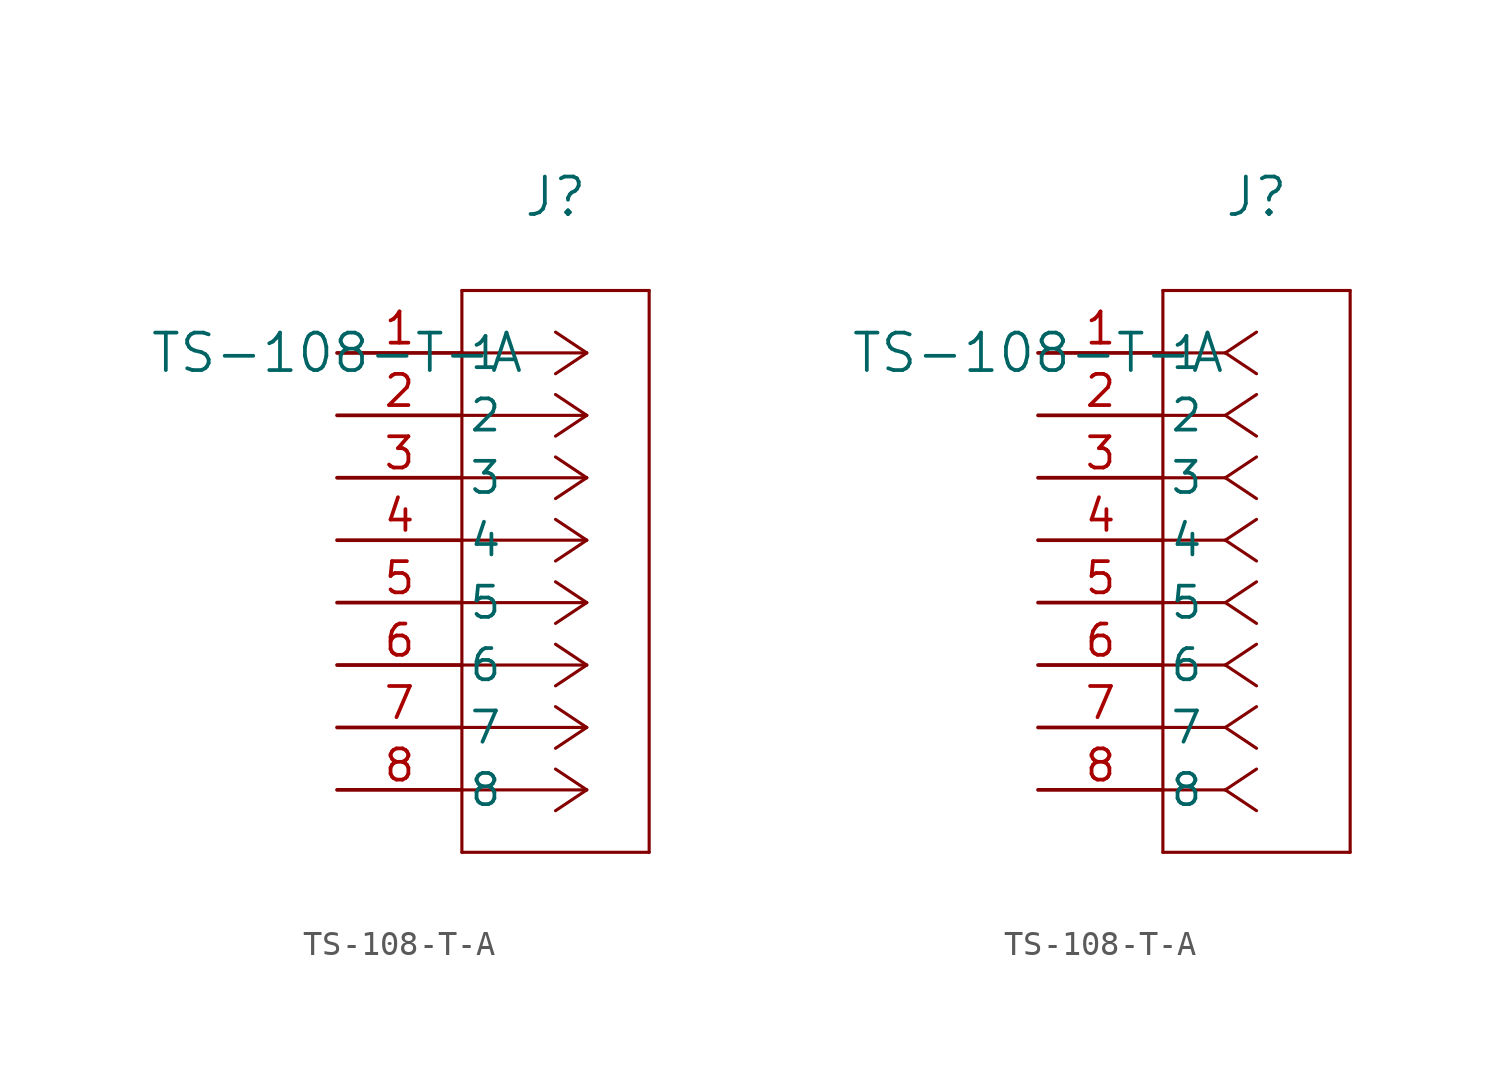
<source format=kicad_sym>
(kicad_symbol_lib
  (version 20211014)
  (generator kicad_symbol_editor)
  (symbol "TS-108-T-A"
    (pin_names
      (offset 0.254))
    (property "Reference" "J"
      (at 8.89 6.35 0)
      (effects (font (size 1.524 1.524))))
    (property "Value" "TS-108-T-A"
      (at 0 0 0)
      (effects (font (size 1.524 1.524))))
    (symbol "TS-108-T-A_1_1"
      (polyline (pts (xy 10.16 0) (xy 5.08 0)) (stroke (width 0.127) (type default) (color 0 0 0 0)) (fill (type none)))
      (polyline (pts (xy 10.16 -2.54) (xy 5.08 -2.54)) (stroke (width 0.127) (type default) (color 0 0 0 0)) (fill (type none)))
      (polyline (pts (xy 10.16 -5.08) (xy 5.08 -5.08)) (stroke (width 0.127) (type default) (color 0 0 0 0)) (fill (type none)))
      (polyline (pts (xy 10.16 -7.62) (xy 5.08 -7.62)) (stroke (width 0.127) (type default) (color 0 0 0 0)) (fill (type none)))
      (polyline (pts (xy 10.16 -10.16) (xy 5.08 -10.16)) (stroke (width 0.127) (type default) (color 0 0 0 0)) (fill (type none)))
      (polyline (pts (xy 10.16 -12.7) (xy 5.08 -12.7)) (stroke (width 0.127) (type default) (color 0 0 0 0)) (fill (type none)))
      (polyline (pts (xy 10.16 -15.24) (xy 5.08 -15.24)) (stroke (width 0.127) (type default) (color 0 0 0 0)) (fill (type none)))
      (polyline (pts (xy 10.16 -17.78) (xy 5.08 -17.78)) (stroke (width 0.127) (type default) (color 0 0 0 0)) (fill (type none)))
      (polyline (pts (xy 10.16 0) (xy 8.89 0.847)) (stroke (width 0.127) (type default) (color 0 0 0 0)) (fill (type none)))
      (polyline (pts (xy 10.16 -2.54) (xy 8.89 -1.693)) (stroke (width 0.127) (type default) (color 0 0 0 0)) (fill (type none)))
      (polyline (pts (xy 10.16 -5.08) (xy 8.89 -4.233)) (stroke (width 0.127) (type default) (color 0 0 0 0)) (fill (type none)))
      (polyline (pts (xy 10.16 -7.62) (xy 8.89 -6.773)) (stroke (width 0.127) (type default) (color 0 0 0 0)) (fill (type none)))
      (polyline (pts (xy 10.16 -10.16) (xy 8.89 -9.313)) (stroke (width 0.127) (type default) (color 0 0 0 0)) (fill (type none)))
      (polyline (pts (xy 10.16 -12.7) (xy 8.89 -11.853)) (stroke (width 0.127) (type default) (color 0 0 0 0)) (fill (type none)))
      (polyline (pts (xy 10.16 -15.24) (xy 8.89 -14.393)) (stroke (width 0.127) (type default) (color 0 0 0 0)) (fill (type none)))
      (polyline (pts (xy 10.16 -17.78) (xy 8.89 -16.933)) (stroke (width 0.127) (type default) (color 0 0 0 0)) (fill (type none)))
      (polyline (pts (xy 10.16 0) (xy 8.89 -0.847)) (stroke (width 0.127) (type default) (color 0 0 0 0)) (fill (type none)))
      (polyline (pts (xy 10.16 -2.54) (xy 8.89 -3.387)) (stroke (width 0.127) (type default) (color 0 0 0 0)) (fill (type none)))
      (polyline (pts (xy 10.16 -5.08) (xy 8.89 -5.927)) (stroke (width 0.127) (type default) (color 0 0 0 0)) (fill (type none)))
      (polyline (pts (xy 10.16 -7.62) (xy 8.89 -8.467)) (stroke (width 0.127) (type default) (color 0 0 0 0)) (fill (type none)))
      (polyline (pts (xy 10.16 -10.16) (xy 8.89 -11.007)) (stroke (width 0.127) (type default) (color 0 0 0 0)) (fill (type none)))
      (polyline (pts (xy 10.16 -12.7) (xy 8.89 -13.547)) (stroke (width 0.127) (type default) (color 0 0 0 0)) (fill (type none)))
      (polyline (pts (xy 10.16 -15.24) (xy 8.89 -16.087)) (stroke (width 0.127) (type default) (color 0 0 0 0)) (fill (type none)))
      (polyline (pts (xy 10.16 -17.78) (xy 8.89 -18.627)) (stroke (width 0.127) (type default) (color 0 0 0 0)) (fill (type none)))
      (polyline (pts (xy 5.08 2.54) (xy 5.08 -20.32)) (stroke (width 0.127) (type default) (color 0 0 0 0)) (fill (type none)))
      (polyline (pts (xy 5.08 -20.32) (xy 12.7 -20.32)) (stroke (width 0.127) (type default) (color 0 0 0 0)) (fill (type none)))
      (polyline (pts (xy 12.7 -20.32) (xy 12.7 2.54)) (stroke (width 0.127) (type default) (color 0 0 0 0)) (fill (type none)))
      (polyline (pts (xy 12.7 2.54) (xy 5.08 2.54)) (stroke (width 0.127) (type default) (color 0 0 0 0)) (fill (type none)))
      (pin unspecified line (at 0 0 0) (length 5.08) (name "1" (effects (font (size 1.27 1.27)))) (number "1" (effects (font (size 1.27 1.27)))))
      (pin unspecified line (at 0 -2.54 0) (length 5.08) (name "2" (effects (font (size 1.27 1.27)))) (number "2" (effects (font (size 1.27 1.27)))))
      (pin unspecified line (at 0 -5.08 0) (length 5.08) (name "3" (effects (font (size 1.27 1.27)))) (number "3" (effects (font (size 1.27 1.27)))))
      (pin unspecified line (at 0 -7.62 0) (length 5.08) (name "4" (effects (font (size 1.27 1.27)))) (number "4" (effects (font (size 1.27 1.27)))))
      (pin unspecified line (at 0 -10.16 0) (length 5.08) (name "5" (effects (font (size 1.27 1.27)))) (number "5" (effects (font (size 1.27 1.27)))))
      (pin unspecified line (at 0 -12.7 0) (length 5.08) (name "6" (effects (font (size 1.27 1.27)))) (number "6" (effects (font (size 1.27 1.27)))))
      (pin unspecified line (at 0 -15.24 0) (length 5.08) (name "7" (effects (font (size 1.27 1.27)))) (number "7" (effects (font (size 1.27 1.27)))))
      (pin unspecified line (at 0 -17.78 0) (length 5.08) (name "8" (effects (font (size 1.27 1.27)))) (number "8" (effects (font (size 1.27 1.27))))))
    (symbol "TS-108-T-A_1_2"
      (polyline (pts (xy 7.62 0) (xy 5.08 0)) (stroke (width 0.127) (type default) (color 0 0 0 0)) (fill (type none)))
      (polyline (pts (xy 7.62 -2.54) (xy 5.08 -2.54)) (stroke (width 0.127) (type default) (color 0 0 0 0)) (fill (type none)))
      (polyline (pts (xy 7.62 -5.08) (xy 5.08 -5.08)) (stroke (width 0.127) (type default) (color 0 0 0 0)) (fill (type none)))
      (polyline (pts (xy 7.62 -7.62) (xy 5.08 -7.62)) (stroke (width 0.127) (type default) (color 0 0 0 0)) (fill (type none)))
      (polyline (pts (xy 7.62 -10.16) (xy 5.08 -10.16)) (stroke (width 0.127) (type default) (color 0 0 0 0)) (fill (type none)))
      (polyline (pts (xy 7.62 -12.7) (xy 5.08 -12.7)) (stroke (width 0.127) (type default) (color 0 0 0 0)) (fill (type none)))
      (polyline (pts (xy 7.62 -15.24) (xy 5.08 -15.24)) (stroke (width 0.127) (type default) (color 0 0 0 0)) (fill (type none)))
      (polyline (pts (xy 7.62 -17.78) (xy 5.08 -17.78)) (stroke (width 0.127) (type default) (color 0 0 0 0)) (fill (type none)))
      (polyline (pts (xy 7.62 0) (xy 8.89 0.847)) (stroke (width 0.127) (type default) (color 0 0 0 0)) (fill (type none)))
      (polyline (pts (xy 7.62 -2.54) (xy 8.89 -1.693)) (stroke (width 0.127) (type default) (color 0 0 0 0)) (fill (type none)))
      (polyline (pts (xy 7.62 -5.08) (xy 8.89 -4.233)) (stroke (width 0.127) (type default) (color 0 0 0 0)) (fill (type none)))
      (polyline (pts (xy 7.62 -7.62) (xy 8.89 -6.773)) (stroke (width 0.127) (type default) (color 0 0 0 0)) (fill (type none)))
      (polyline (pts (xy 7.62 -10.16) (xy 8.89 -9.313)) (stroke (width 0.127) (type default) (color 0 0 0 0)) (fill (type none)))
      (polyline (pts (xy 7.62 -12.7) (xy 8.89 -11.853)) (stroke (width 0.127) (type default) (color 0 0 0 0)) (fill (type none)))
      (polyline (pts (xy 7.62 -15.24) (xy 8.89 -14.393)) (stroke (width 0.127) (type default) (color 0 0 0 0)) (fill (type none)))
      (polyline (pts (xy 7.62 -17.78) (xy 8.89 -16.933)) (stroke (width 0.127) (type default) (color 0 0 0 0)) (fill (type none)))
      (polyline (pts (xy 7.62 0) (xy 8.89 -0.847)) (stroke (width 0.127) (type default) (color 0 0 0 0)) (fill (type none)))
      (polyline (pts (xy 7.62 -2.54) (xy 8.89 -3.387)) (stroke (width 0.127) (type default) (color 0 0 0 0)) (fill (type none)))
      (polyline (pts (xy 7.62 -5.08) (xy 8.89 -5.927)) (stroke (width 0.127) (type default) (color 0 0 0 0)) (fill (type none)))
      (polyline (pts (xy 7.62 -7.62) (xy 8.89 -8.467)) (stroke (width 0.127) (type default) (color 0 0 0 0)) (fill (type none)))
      (polyline (pts (xy 7.62 -10.16) (xy 8.89 -11.007)) (stroke (width 0.127) (type default) (color 0 0 0 0)) (fill (type none)))
      (polyline (pts (xy 7.62 -12.7) (xy 8.89 -13.547)) (stroke (width 0.127) (type default) (color 0 0 0 0)) (fill (type none)))
      (polyline (pts (xy 7.62 -15.24) (xy 8.89 -16.087)) (stroke (width 0.127) (type default) (color 0 0 0 0)) (fill (type none)))
      (polyline (pts (xy 7.62 -17.78) (xy 8.89 -18.627)) (stroke (width 0.127) (type default) (color 0 0 0 0)) (fill (type none)))
      (polyline (pts (xy 5.08 2.54) (xy 5.08 -20.32)) (stroke (width 0.127) (type default) (color 0 0 0 0)) (fill (type none)))
      (polyline (pts (xy 5.08 -20.32) (xy 12.7 -20.32)) (stroke (width 0.127) (type default) (color 0 0 0 0)) (fill (type none)))
      (polyline (pts (xy 12.7 -20.32) (xy 12.7 2.54)) (stroke (width 0.127) (type default) (color 0 0 0 0)) (fill (type none)))
      (polyline (pts (xy 12.7 2.54) (xy 5.08 2.54)) (stroke (width 0.127) (type default) (color 0 0 0 0)) (fill (type none)))
      (pin unspecified line (at 0 0 0) (length 5.08) (name "1" (effects (font (size 1.27 1.27)))) (number "1" (effects (font (size 1.27 1.27)))))
      (pin unspecified line (at 0 -2.54 0) (length 5.08) (name "2" (effects (font (size 1.27 1.27)))) (number "2" (effects (font (size 1.27 1.27)))))
      (pin unspecified line (at 0 -5.08 0) (length 5.08) (name "3" (effects (font (size 1.27 1.27)))) (number "3" (effects (font (size 1.27 1.27)))))
      (pin unspecified line (at 0 -7.62 0) (length 5.08) (name "4" (effects (font (size 1.27 1.27)))) (number "4" (effects (font (size 1.27 1.27)))))
      (pin unspecified line (at 0 -10.16 0) (length 5.08) (name "5" (effects (font (size 1.27 1.27)))) (number "5" (effects (font (size 1.27 1.27)))))
      (pin unspecified line (at 0 -12.7 0) (length 5.08) (name "6" (effects (font (size 1.27 1.27)))) (number "6" (effects (font (size 1.27 1.27)))))
      (pin unspecified line (at 0 -15.24 0) (length 5.08) (name "7" (effects (font (size 1.27 1.27)))) (number "7" (effects (font (size 1.27 1.27)))))
      (pin unspecified line (at 0 -17.78 0) (length 5.08) (name "8" (effects (font (size 1.27 1.27)))) (number "8" (effects (font (size 1.27 1.27))))))))
</source>
